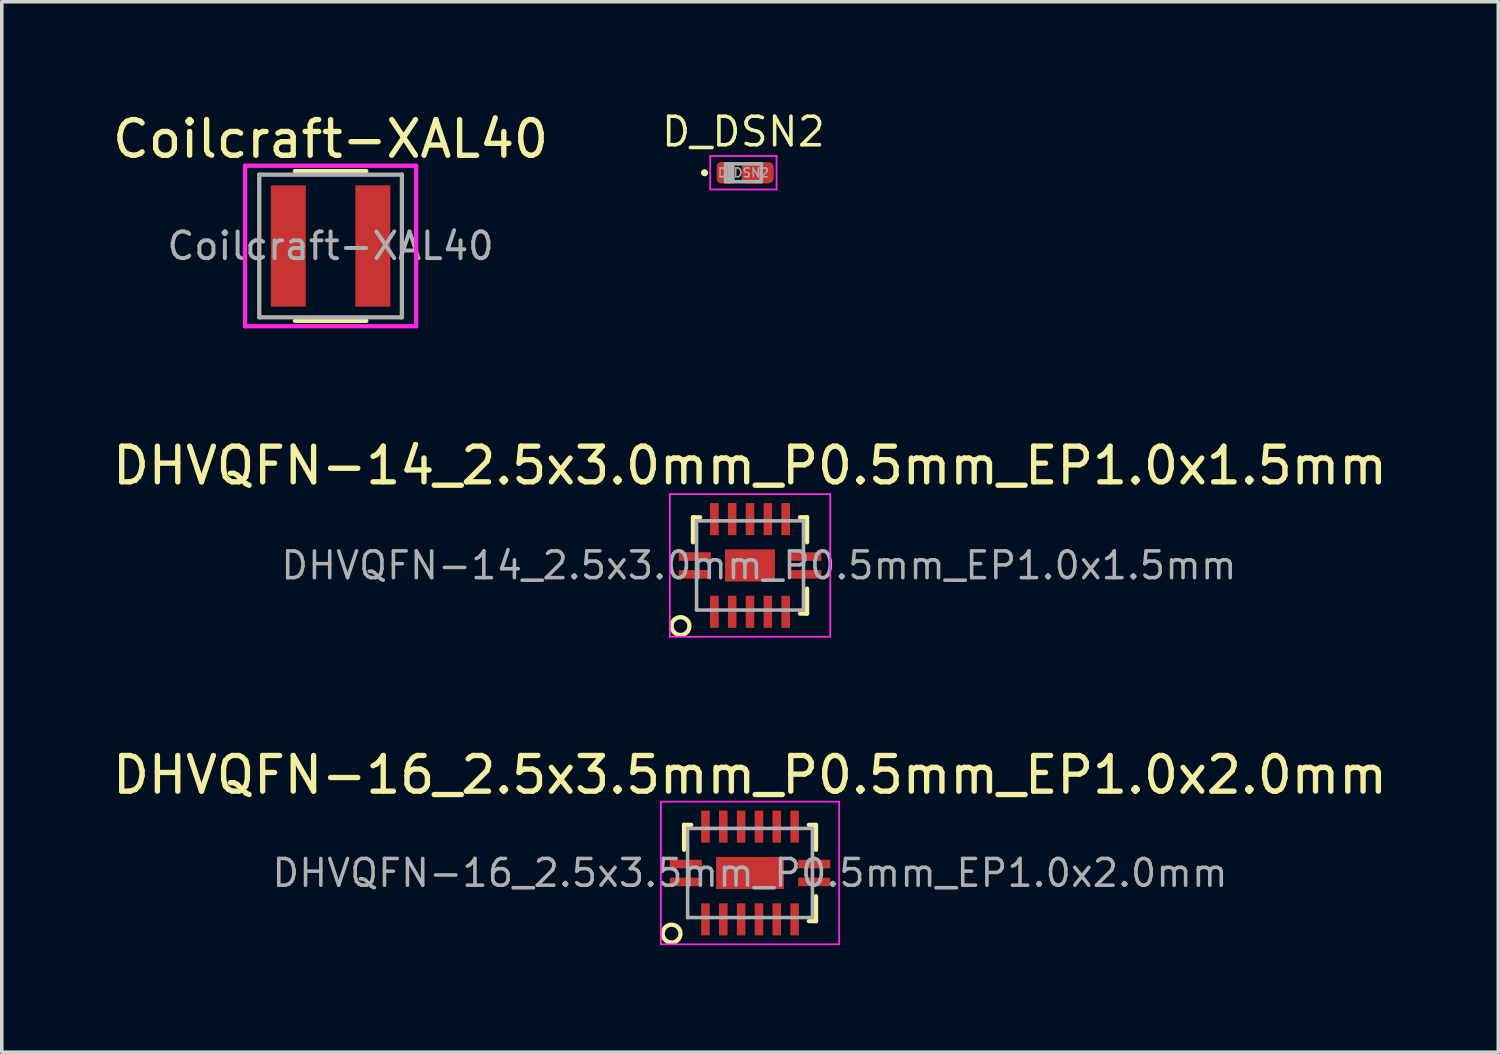
<source format=kicad_pcb>
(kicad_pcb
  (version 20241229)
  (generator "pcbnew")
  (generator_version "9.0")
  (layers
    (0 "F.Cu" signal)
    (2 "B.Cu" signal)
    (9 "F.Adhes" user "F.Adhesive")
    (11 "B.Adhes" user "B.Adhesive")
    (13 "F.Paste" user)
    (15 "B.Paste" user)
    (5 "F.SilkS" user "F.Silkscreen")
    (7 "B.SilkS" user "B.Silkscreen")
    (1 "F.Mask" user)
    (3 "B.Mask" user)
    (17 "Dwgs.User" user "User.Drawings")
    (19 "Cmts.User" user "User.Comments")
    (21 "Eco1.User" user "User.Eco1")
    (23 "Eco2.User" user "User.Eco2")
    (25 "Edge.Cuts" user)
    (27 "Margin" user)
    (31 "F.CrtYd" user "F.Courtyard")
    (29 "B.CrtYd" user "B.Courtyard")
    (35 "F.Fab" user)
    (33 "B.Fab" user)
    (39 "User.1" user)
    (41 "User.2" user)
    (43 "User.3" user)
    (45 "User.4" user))
  (footprint "DHVQFN-14_2.5x3.0mm_P0.5mm_EP1.0x1.5mm"
    (layer "F.Cu")
    (at 17.982 12.806)
    (property "Reference" "DHVQFN-14_2.5x3.0mm_P0.5mm_EP1.0x1.5mm" (at 0 -2.8 0) (layer "F.SilkS") (effects (font (size 1 1) (thickness 0.15))))
    (attr smd)
    (fp_line (start -1.6 -1.35) (end -1.6 -0.65) (stroke (width 0.12) (type solid)) (layer "F.SilkS"))
    (fp_line (start -1.6 -1.35) (end -1.4 -1.35) (stroke (width 0.12) (type solid)) (layer "F.SilkS"))
    (fp_line (start 1.4 -1.35) (end 1.6 -1.35) (stroke (width 0.12) (type solid)) (layer "F.SilkS"))
    (fp_line (start 1.4 1.35) (end 1.6 1.35) (stroke (width 0.12) (type solid)) (layer "F.SilkS"))
    (fp_line (start 1.6 -1.35) (end 1.6 -0.65) (stroke (width 0.12) (type solid)) (layer "F.SilkS"))
    (fp_line (start 1.6 0.65) (end 1.6 1.35) (stroke (width 0.12) (type solid)) (layer "F.SilkS"))
    (fp_circle (center -1.95 1.7) (end -1.7 1.7) (stroke (width 0.12) (type solid)) (fill no) (layer "F.SilkS"))
    (fp_line (start -2.25 -2) (end 2.25 -2) (stroke (width 0.05) (type solid)) (layer "F.CrtYd"))
    (fp_line (start -2.25 2) (end -2.25 -2) (stroke (width 0.05) (type solid)) (layer "F.CrtYd"))
    (fp_line (start 2.25 -2) (end 2.25 2) (stroke (width 0.05) (type solid)) (layer "F.CrtYd"))
    (fp_line (start 2.25 2) (end -2.25 2) (stroke (width 0.05) (type solid)) (layer "F.CrtYd"))
    (fp_line (start -1.5 -1.25) (end 1.5 -1.25) (stroke (width 0.1) (type solid)) (layer "F.Fab"))
    (fp_line (start -1.5 1.25) (end -1.5 -1.25) (stroke (width 0.1) (type solid)) (layer "F.Fab"))
    (fp_line (start 1.5 -1.25) (end 1.5 1.25) (stroke (width 0.1) (type solid)) (layer "F.Fab"))
    (fp_line (start 1.5 1.25) (end -1.5 1.25) (stroke (width 0.1) (type solid)) (layer "F.Fab"))
    (fp_text user "${REFERENCE}" (at 0.25 0 0) (layer "F.Fab") (effects (font (size 0.75 0.75) (thickness 0.1))))
    (pad "1" smd rect (at -1.55 0.25 90) (size 0.24 0.9) (layers "F.Cu" "F.Mask" "F.Paste"))
    (pad "2" smd rect (at -1 1.3) (size 0.24 0.9) (layers "F.Cu" "F.Mask" "F.Paste"))
    (pad "3" smd rect (at -0.5 1.3) (size 0.24 0.9) (layers "F.Cu" "F.Mask" "F.Paste"))
    (pad "4" smd rect (at 0 1.3) (size 0.24 0.9) (layers "F.Cu" "F.Mask" "F.Paste"))
    (pad "5" smd rect (at 0.5 1.3) (size 0.24 0.9) (layers "F.Cu" "F.Mask" "F.Paste"))
    (pad "6" smd rect (at 1 1.3) (size 0.24 0.9) (layers "F.Cu" "F.Mask" "F.Paste"))
    (pad "7" smd rect (at 1.55 0.25 90) (size 0.24 0.9) (layers "F.Cu" "F.Mask" "F.Paste"))
    (pad "8" smd rect (at 1.55 -0.25 90) (size 0.24 0.9) (layers "F.Cu" "F.Mask" "F.Paste"))
    (pad "9" smd rect (at 1 -1.3) (size 0.24 0.9) (layers "F.Cu" "F.Mask" "F.Paste"))
    (pad "10" smd rect (at 0.5 -1.3) (size 0.24 0.9) (layers "F.Cu" "F.Mask" "F.Paste"))
    (pad "11" smd rect (at 0 -1.3) (size 0.24 0.9) (layers "F.Cu" "F.Mask" "F.Paste"))
    (pad "12" smd rect (at -0.5 -1.3) (size 0.24 0.9) (layers "F.Cu" "F.Mask" "F.Paste"))
    (pad "13" smd rect (at -1 -1.3) (size 0.24 0.9) (layers "F.Cu" "F.Mask" "F.Paste"))
    (pad "14" smd rect (at -1.55 -0.25 90) (size 0.24 0.9) (layers "F.Cu" "F.Mask" "F.Paste"))
    (pad "15" smd rect (at -0.35 0 90) (size 0.9 0.7) (layers "F.Cu" "F.Mask" "F.Paste"))
    (pad "15" smd rect (at 0.35 0 90) (size 0.9 0.7) (layers "F.Cu" "F.Mask" "F.Paste")))
  (footprint "D_DSN2"
    (layer "F.Cu")
    (at 17.796 1.794)
    (property "Reference" "D_DSN2" (at 0 -1.15 0) (layer "F.SilkS") (effects (font (size 0.8 0.8) (thickness 0.1))))
    (attr through_hole)
    (fp_circle (center -1.09 0) (end -1.04 0) (stroke (width 0.1) (type solid)) (fill no) (layer "F.SilkS"))
    (fp_line (start -0.93 -0.47) (end 0.93 -0.47) (stroke (width 0.05) (type solid)) (layer "F.CrtYd"))
    (fp_line (start -0.93 0.47) (end -0.93 -0.47) (stroke (width 0.05) (type solid)) (layer "F.CrtYd"))
    (fp_line (start 0.93 -0.47) (end 0.93 0.47) (stroke (width 0.05) (type solid)) (layer "F.CrtYd"))
    (fp_line (start 0.93 0.47) (end -0.93 0.47) (stroke (width 0.05) (type solid)) (layer "F.CrtYd"))
    (fp_line (start -0.5 -0.25) (end 0.5 -0.25) (stroke (width 0.1) (type solid)) (layer "F.Fab"))
    (fp_line (start -0.5 0.25) (end -0.5 -0.25) (stroke (width 0.1) (type solid)) (layer "F.Fab"))
    (fp_line (start -0.4 0.25) (end -0.4 -0.25) (stroke (width 0.1) (type solid)) (layer "F.Fab"))
    (fp_line (start -0.3 0.25) (end -0.3 -0.25) (stroke (width 0.1) (type solid)) (layer "F.Fab"))
    (fp_line (start 0.5 -0.25) (end 0.5 0.25) (stroke (width 0.1) (type solid)) (layer "F.Fab"))
    (fp_line (start 0.5 0.25) (end -0.5 0.25) (stroke (width 0.1) (type solid)) (layer "F.Fab"))
    (fp_text user "${REFERENCE}" (at 0 0 0) (layer "F.Fab") (effects (font (size 0.25 0.25) (thickness 0.04))))
    (pad "1" smd roundrect (at -0.5 0) (size 0.5 0.6) (layers "F.Cu" "F.Mask" "F.Paste") (roundrect_rratio 0.25))
    (pad "2" smd roundrect (at 0.4 0) (size 0.9 0.6) (layers "F.Cu" "F.Mask" "F.Paste") (roundrect_rratio 0.25)))
  (footprint "DHVQFN-16_2.5x3.5mm_P0.5mm_EP1.0x2.0mm"
    (layer "F.Cu")
    (at 17.982 21.43)
    (property "Reference" "DHVQFN-16_2.5x3.5mm_P0.5mm_EP1.0x2.0mm" (at 0 -2.75 0) (layer "F.SilkS") (effects (font (size 1 1) (thickness 0.15))))
    (attr smd)
    (fp_line (start -1.85 -1.35) (end -1.85 -0.65) (stroke (width 0.12) (type solid)) (layer "F.SilkS"))
    (fp_line (start -1.85 -1.35) (end -1.65 -1.35) (stroke (width 0.12) (type solid)) (layer "F.SilkS"))
    (fp_line (start 1.65 -1.35) (end 1.85 -1.35) (stroke (width 0.12) (type solid)) (layer "F.SilkS"))
    (fp_line (start 1.65 1.35) (end 1.85 1.35) (stroke (width 0.12) (type solid)) (layer "F.SilkS"))
    (fp_line (start 1.85 -1.35) (end 1.85 -0.65) (stroke (width 0.12) (type solid)) (layer "F.SilkS"))
    (fp_line (start 1.85 0.65) (end 1.85 1.35) (stroke (width 0.12) (type solid)) (layer "F.SilkS"))
    (fp_circle (center -2.2 1.7) (end -1.95 1.7) (stroke (width 0.12) (type solid)) (fill no) (layer "F.SilkS"))
    (fp_line (start -2.5 -2) (end 2.5 -2) (stroke (width 0.05) (type solid)) (layer "F.CrtYd"))
    (fp_line (start -2.5 2) (end -2.5 -2) (stroke (width 0.05) (type solid)) (layer "F.CrtYd"))
    (fp_line (start 2.5 -2) (end 2.5 2) (stroke (width 0.05) (type solid)) (layer "F.CrtYd"))
    (fp_line (start 2.5 2) (end -2.5 2) (stroke (width 0.05) (type solid)) (layer "F.CrtYd"))
    (fp_line (start -1.75 -1.25) (end 1.75 -1.25) (stroke (width 0.1) (type solid)) (layer "F.Fab"))
    (fp_line (start -1.75 1.25) (end -1.75 -1.25) (stroke (width 0.1) (type solid)) (layer "F.Fab"))
    (fp_line (start 1.75 -1.25) (end 1.75 1.25) (stroke (width 0.1) (type solid)) (layer "F.Fab"))
    (fp_line (start 1.75 1.25) (end -1.75 1.25) (stroke (width 0.1) (type solid)) (layer "F.Fab"))
    (fp_text user "${REFERENCE}" (at 0 0 0) (layer "F.Fab") (effects (font (size 0.75 0.75) (thickness 0.1))))
    (pad "1" smd rect (at -1.8 0.25 90) (size 0.24 0.9) (layers "F.Cu" "F.Mask" "F.Paste"))
    (pad "2" smd rect (at -1.25 1.3) (size 0.24 0.9) (layers "F.Cu" "F.Mask" "F.Paste"))
    (pad "3" smd rect (at -0.75 1.3) (size 0.24 0.9) (layers "F.Cu" "F.Mask" "F.Paste"))
    (pad "4" smd rect (at -0.25 1.3) (size 0.24 0.9) (layers "F.Cu" "F.Mask" "F.Paste"))
    (pad "5" smd rect (at 0.25 1.3) (size 0.24 0.9) (layers "F.Cu" "F.Mask" "F.Paste"))
    (pad "6" smd rect (at 0.75 1.3) (size 0.24 0.9) (layers "F.Cu" "F.Mask" "F.Paste"))
    (pad "7" smd rect (at 1.25 1.3) (size 0.24 0.9) (layers "F.Cu" "F.Mask" "F.Paste"))
    (pad "8" smd rect (at 1.8 0.25 90) (size 0.24 0.9) (layers "F.Cu" "F.Mask" "F.Paste"))
    (pad "9" smd rect (at 1.8 -0.25 90) (size 0.24 0.9) (layers "F.Cu" "F.Mask" "F.Paste"))
    (pad "10" smd rect (at 1.25 -1.3) (size 0.24 0.9) (layers "F.Cu" "F.Mask" "F.Paste"))
    (pad "11" smd rect (at 0.75 -1.3) (size 0.24 0.9) (layers "F.Cu" "F.Mask" "F.Paste"))
    (pad "12" smd rect (at 0.25 -1.3) (size 0.24 0.9) (layers "F.Cu" "F.Mask" "F.Paste"))
    (pad "13" smd rect (at -0.25 -1.3) (size 0.24 0.9) (layers "F.Cu" "F.Mask" "F.Paste"))
    (pad "14" smd rect (at -0.75 -1.3) (size 0.24 0.9) (layers "F.Cu" "F.Mask" "F.Paste"))
    (pad "15" smd rect (at -1.25 -1.3) (size 0.24 0.9) (layers "F.Cu" "F.Mask" "F.Paste"))
    (pad "16" smd rect (at -1.8 -0.25 90) (size 0.24 0.9) (layers "F.Cu" "F.Mask" "F.Paste"))
    (pad "17" smd rect (at -0.475 0 90) (size 0.9 0.95) (layers "F.Cu" "F.Mask" "F.Paste"))
    (pad "17" smd rect (at 0.475 0 90) (size 0.9 0.95) (layers "F.Cu" "F.Mask" "F.Paste")))
  (footprint "Coilcraft-XAL40"
    (layer "F.Cu")
    (at 6.22 3.848)
    (property "Reference" "Coilcraft-XAL40" (at 0 -3 0) (layer "F.SilkS") (effects (font (size 1 1) (thickness 0.15))))
    (attr smd)
    (fp_line (start -1 -2.1) (end 1 -2.1) (stroke (width 0.12) (type solid)) (layer "F.SilkS"))
    (fp_line (start 1 2.1) (end -1 2.1) (stroke (width 0.12) (type solid)) (layer "F.SilkS"))
    (fp_line (start -2.4 -2.25) (end -2.4 2.25) (stroke (width 0.12) (type solid)) (layer "F.CrtYd"))
    (fp_line (start -2.4 -2.25) (end 2.4 -2.25) (stroke (width 0.12) (type solid)) (layer "F.CrtYd"))
    (fp_line (start -2.4 2.25) (end 2.4 2.25) (stroke (width 0.12) (type solid)) (layer "F.CrtYd"))
    (fp_line (start 2.4 -2.25) (end 2.4 2.25) (stroke (width 0.12) (type solid)) (layer "F.CrtYd"))
    (fp_line (start -2 -2) (end 2 -2) (stroke (width 0.12) (type solid)) (layer "F.Fab"))
    (fp_line (start -2 2) (end -2 -2) (stroke (width 0.12) (type solid)) (layer "F.Fab"))
    (fp_line (start 2 -2) (end 2 2) (stroke (width 0.12) (type solid)) (layer "F.Fab"))
    (fp_line (start 2 2) (end -2 2) (stroke (width 0.12) (type solid)) (layer "F.Fab"))
    (fp_text user "${REFERENCE}" (at 0 0 180) (layer "F.Fab") (effects (font (size 0.75 0.75) (thickness 0.11))))
    (pad "1" smd rect (at -1.185 0) (size 0.98 3.4) (layers "F.Cu" "F.Mask" "F.Paste"))
    (pad "2" smd rect (at 1.185 0) (size 0.98 3.4) (layers "F.Cu" "F.Mask" "F.Paste")))
  (gr_rect
    (start -3 -3)
    (end 38.964 26.455)
    (stroke (width 0.1) (type default))
    (fill no)
    (layer "Edge.Cuts")))
</source>
